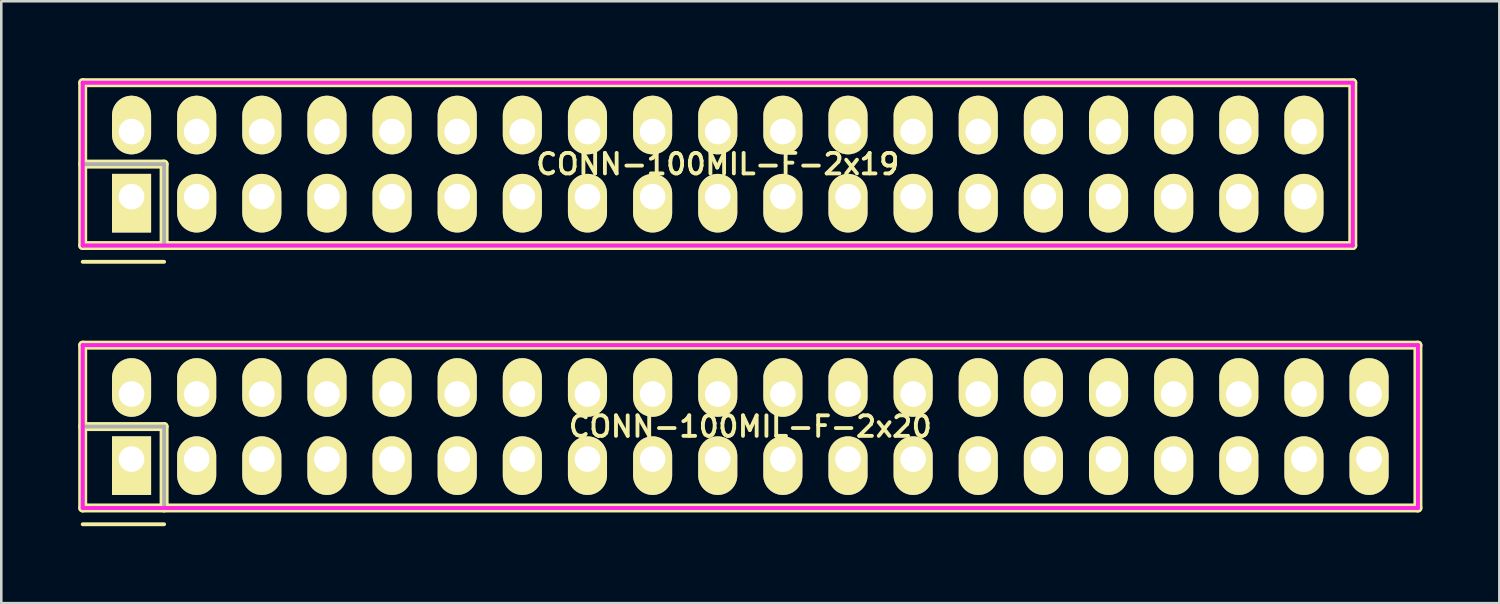
<source format=kicad_pcb>
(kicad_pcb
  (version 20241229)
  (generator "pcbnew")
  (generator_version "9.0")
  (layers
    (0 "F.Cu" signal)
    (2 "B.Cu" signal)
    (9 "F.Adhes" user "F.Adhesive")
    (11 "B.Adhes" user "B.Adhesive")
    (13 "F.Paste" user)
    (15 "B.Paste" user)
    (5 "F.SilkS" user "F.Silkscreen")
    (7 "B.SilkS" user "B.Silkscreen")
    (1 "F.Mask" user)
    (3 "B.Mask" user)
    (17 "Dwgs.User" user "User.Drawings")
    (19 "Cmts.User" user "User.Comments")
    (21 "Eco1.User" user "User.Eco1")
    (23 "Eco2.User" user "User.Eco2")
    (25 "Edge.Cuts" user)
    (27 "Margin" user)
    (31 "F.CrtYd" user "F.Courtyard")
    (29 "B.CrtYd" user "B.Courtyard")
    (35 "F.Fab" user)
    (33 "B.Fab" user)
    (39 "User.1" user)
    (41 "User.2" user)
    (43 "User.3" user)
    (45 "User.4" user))
  (footprint "CONN-100MIL-F-2x19"
    (layer "F.Cu")
    (at 24.94 3.35)
    (property "Reference" "CONN-100MIL-F-2x19" (at 0 0 0) (layer "F.SilkS") (effects (font (size 0.8 0.8) (thickness 0.15))))
    (attr through_hole)
    (fp_line (start -24.765 -3.175) (end 24.765 -3.175) (stroke (width 0.35) (type solid)) (layer "F.SilkS"))
    (fp_line (start -24.765 0) (end -21.59 0) (stroke (width 0.35) (type solid)) (layer "F.SilkS"))
    (fp_line (start -24.765 3.175) (end -24.765 -3.175) (stroke (width 0.35) (type solid)) (layer "F.SilkS"))
    (fp_line (start -24.765 3.81) (end -21.59 3.81) (stroke (width 0.15) (type solid)) (layer "F.SilkS"))
    (fp_line (start -21.59 0) (end -21.59 3.175) (stroke (width 0.35) (type solid)) (layer "F.SilkS"))
    (fp_line (start 24.765 -3.175) (end 24.765 3.175) (stroke (width 0.35) (type solid)) (layer "F.SilkS"))
    (fp_line (start 24.765 3.175) (end -24.765 3.175) (stroke (width 0.35) (type solid)) (layer "F.SilkS"))
    (fp_line (start -24.765 -3.175) (end 24.765 -3.175) (stroke (width 0.15) (type solid)) (layer "F.CrtYd"))
    (fp_line (start -24.765 3.175) (end -24.765 -3.175) (stroke (width 0.15) (type solid)) (layer "F.CrtYd"))
    (fp_line (start 24.765 -3.175) (end 24.765 3.175) (stroke (width 0.15) (type solid)) (layer "F.CrtYd"))
    (fp_line (start 24.765 3.175) (end -24.765 3.175) (stroke (width 0.15) (type solid)) (layer "F.CrtYd"))
    (fp_line (start -24.765 -3.175) (end 24.765 -3.175) (stroke (width 0.15) (type solid)) (layer "F.Fab"))
    (fp_line (start -24.765 0) (end -21.59 0) (stroke (width 0.15) (type solid)) (layer "F.Fab"))
    (fp_line (start -24.765 3.175) (end -24.765 -3.175) (stroke (width 0.15) (type solid)) (layer "F.Fab"))
    (fp_line (start -21.59 0) (end -21.59 3.175) (stroke (width 0.15) (type solid)) (layer "F.Fab"))
    (fp_line (start 24.765 -3.175) (end 24.765 3.175) (stroke (width 0.15) (type solid)) (layer "F.Fab"))
    (fp_line (start 24.765 3.175) (end -24.765 3.175) (stroke (width 0.15) (type solid)) (layer "F.Fab"))
    (pad "1" thru_hole rect (at -22.86 1.27) (size 1.524 2.286) (drill 1 (offset 0 0.254)) (layers "*.Cu" "*.Mask" "F.SilkS"))
    (pad "2" thru_hole oval (at -22.86 -1.27) (size 1.524 2.286) (drill 1 (offset 0 -0.254)) (layers "*.Cu" "*.Mask" "F.SilkS"))
    (pad "3" thru_hole oval (at -20.32 1.27) (size 1.524 2.286) (drill 1 (offset 0 0.254)) (layers "*.Cu" "*.Mask" "F.SilkS"))
    (pad "4" thru_hole oval (at -20.32 -1.27) (size 1.524 2.286) (drill 1 (offset 0 -0.254)) (layers "*.Cu" "*.Mask" "F.SilkS"))
    (pad "5" thru_hole oval (at -17.78 1.27) (size 1.524 2.286) (drill 1 (offset 0 0.254)) (layers "*.Cu" "*.Mask" "F.SilkS"))
    (pad "6" thru_hole oval (at -17.78 -1.27) (size 1.524 2.286) (drill 1 (offset 0 -0.254)) (layers "*.Cu" "*.Mask" "F.SilkS"))
    (pad "7" thru_hole oval (at -15.24 1.27) (size 1.524 2.286) (drill 1 (offset 0 0.254)) (layers "*.Cu" "*.Mask" "F.SilkS"))
    (pad "8" thru_hole oval (at -15.24 -1.27) (size 1.524 2.286) (drill 1 (offset 0 -0.254)) (layers "*.Cu" "*.Mask" "F.SilkS"))
    (pad "9" thru_hole oval (at -12.7 1.27) (size 1.524 2.286) (drill 1 (offset 0 0.254)) (layers "*.Cu" "*.Mask" "F.SilkS"))
    (pad "10" thru_hole oval (at -12.7 -1.27) (size 1.524 2.286) (drill 1 (offset 0 -0.254)) (layers "*.Cu" "*.Mask" "F.SilkS"))
    (pad "11" thru_hole oval (at -10.16 1.27) (size 1.524 2.286) (drill 1 (offset 0 0.254)) (layers "*.Cu" "*.Mask" "F.SilkS"))
    (pad "12" thru_hole oval (at -10.16 -1.27) (size 1.524 2.286) (drill 1 (offset 0 -0.254)) (layers "*.Cu" "*.Mask" "F.SilkS"))
    (pad "13" thru_hole oval (at -7.62 1.27) (size 1.524 2.286) (drill 1 (offset 0 0.254)) (layers "*.Cu" "*.Mask" "F.SilkS"))
    (pad "14" thru_hole oval (at -7.62 -1.27) (size 1.524 2.286) (drill 1 (offset 0 -0.254)) (layers "*.Cu" "*.Mask" "F.SilkS"))
    (pad "15" thru_hole oval (at -5.08 1.27) (size 1.524 2.286) (drill 1 (offset 0 0.254)) (layers "*.Cu" "*.Mask" "F.SilkS"))
    (pad "16" thru_hole oval (at -5.08 -1.27) (size 1.524 2.286) (drill 1 (offset 0 -0.254)) (layers "*.Cu" "*.Mask" "F.SilkS"))
    (pad "17" thru_hole oval (at -2.54 1.27) (size 1.524 2.286) (drill 1 (offset 0 0.254)) (layers "*.Cu" "*.Mask" "F.SilkS"))
    (pad "18" thru_hole oval (at -2.54 -1.27) (size 1.524 2.286) (drill 1 (offset 0 -0.254)) (layers "*.Cu" "*.Mask" "F.SilkS"))
    (pad "19" thru_hole oval (at 0 1.27) (size 1.524 2.286) (drill 1 (offset 0 0.254)) (layers "*.Cu" "*.Mask" "F.SilkS"))
    (pad "20" thru_hole oval (at 0 -1.27) (size 1.524 2.286) (drill 1 (offset 0 -0.254)) (layers "*.Cu" "*.Mask" "F.SilkS"))
    (pad "21" thru_hole oval (at 2.54 1.27) (size 1.524 2.286) (drill 1 (offset 0 0.254)) (layers "*.Cu" "*.Mask" "F.SilkS"))
    (pad "22" thru_hole oval (at 2.54 -1.27) (size 1.524 2.286) (drill 1 (offset 0 -0.254)) (layers "*.Cu" "*.Mask" "F.SilkS"))
    (pad "23" thru_hole oval (at 5.08 1.27) (size 1.524 2.286) (drill 1 (offset 0 0.254)) (layers "*.Cu" "*.Mask" "F.SilkS"))
    (pad "24" thru_hole oval (at 5.08 -1.27) (size 1.524 2.286) (drill 1 (offset 0 -0.254)) (layers "*.Cu" "*.Mask" "F.SilkS"))
    (pad "25" thru_hole oval (at 7.62 1.27) (size 1.524 2.286) (drill 1 (offset 0 0.254)) (layers "*.Cu" "*.Mask" "F.SilkS"))
    (pad "26" thru_hole oval (at 7.62 -1.27) (size 1.524 2.286) (drill 1 (offset 0 -0.254)) (layers "*.Cu" "*.Mask" "F.SilkS"))
    (pad "27" thru_hole oval (at 10.16 1.27) (size 1.524 2.286) (drill 1 (offset 0 0.254)) (layers "*.Cu" "*.Mask" "F.SilkS"))
    (pad "28" thru_hole oval (at 10.16 -1.27) (size 1.524 2.286) (drill 1 (offset 0 -0.254)) (layers "*.Cu" "*.Mask" "F.SilkS"))
    (pad "29" thru_hole oval (at 12.7 1.27) (size 1.524 2.286) (drill 1 (offset 0 0.254)) (layers "*.Cu" "*.Mask" "F.SilkS"))
    (pad "30" thru_hole oval (at 12.7 -1.27) (size 1.524 2.286) (drill 1 (offset 0 -0.254)) (layers "*.Cu" "*.Mask" "F.SilkS"))
    (pad "31" thru_hole oval (at 15.24 1.27) (size 1.524 2.286) (drill 1 (offset 0 0.254)) (layers "*.Cu" "*.Mask" "F.SilkS"))
    (pad "32" thru_hole oval (at 15.24 -1.27) (size 1.524 2.286) (drill 1 (offset 0 -0.254)) (layers "*.Cu" "*.Mask" "F.SilkS"))
    (pad "33" thru_hole oval (at 17.78 1.27) (size 1.524 2.286) (drill 1 (offset 0 0.254)) (layers "*.Cu" "*.Mask" "F.SilkS"))
    (pad "34" thru_hole oval (at 17.78 -1.27) (size 1.524 2.286) (drill 1 (offset 0 -0.254)) (layers "*.Cu" "*.Mask" "F.SilkS"))
    (pad "35" thru_hole oval (at 20.32 1.27) (size 1.524 2.286) (drill 1 (offset 0 0.254)) (layers "*.Cu" "*.Mask" "F.SilkS"))
    (pad "36" thru_hole oval (at 20.32 -1.27) (size 1.524 2.286) (drill 1 (offset 0 -0.254)) (layers "*.Cu" "*.Mask" "F.SilkS"))
    (pad "37" thru_hole oval (at 22.86 1.27) (size 1.524 2.286) (drill 1 (offset 0 0.254)) (layers "*.Cu" "*.Mask" "F.SilkS"))
    (pad "38" thru_hole oval (at 22.86 -1.27) (size 1.524 2.286) (drill 1 (offset 0 -0.254)) (layers "*.Cu" "*.Mask" "F.SilkS")))
  (footprint "CONN-100MIL-F-2x20"
    (layer "F.Cu")
    (at 26.21 13.585)
    (property "Reference" "CONN-100MIL-F-2x20" (at 0 0 0) (layer "F.SilkS") (effects (font (size 0.8 0.8) (thickness 0.15))))
    (attr through_hole)
    (fp_line (start -26.035 -3.175) (end 26.035 -3.175) (stroke (width 0.35) (type solid)) (layer "F.SilkS"))
    (fp_line (start -26.035 0) (end -22.86 0) (stroke (width 0.35) (type solid)) (layer "F.SilkS"))
    (fp_line (start -26.035 3.175) (end -26.035 -3.175) (stroke (width 0.35) (type solid)) (layer "F.SilkS"))
    (fp_line (start -26.035 3.81) (end -22.86 3.81) (stroke (width 0.15) (type solid)) (layer "F.SilkS"))
    (fp_line (start -22.86 0) (end -22.86 3.175) (stroke (width 0.35) (type solid)) (layer "F.SilkS"))
    (fp_line (start 26.035 -3.175) (end 26.035 3.175) (stroke (width 0.35) (type solid)) (layer "F.SilkS"))
    (fp_line (start 26.035 3.175) (end -26.035 3.175) (stroke (width 0.35) (type solid)) (layer "F.SilkS"))
    (fp_line (start -26.035 -3.175) (end 26.035 -3.175) (stroke (width 0.15) (type solid)) (layer "F.CrtYd"))
    (fp_line (start -26.035 3.175) (end -26.035 -3.175) (stroke (width 0.15) (type solid)) (layer "F.CrtYd"))
    (fp_line (start 26.035 -3.175) (end 26.035 3.175) (stroke (width 0.15) (type solid)) (layer "F.CrtYd"))
    (fp_line (start 26.035 3.175) (end -26.035 3.175) (stroke (width 0.15) (type solid)) (layer "F.CrtYd"))
    (fp_line (start -26.035 -3.175) (end 26.035 -3.175) (stroke (width 0.15) (type solid)) (layer "F.Fab"))
    (fp_line (start -26.035 0) (end -22.86 0) (stroke (width 0.15) (type solid)) (layer "F.Fab"))
    (fp_line (start -26.035 3.175) (end -26.035 -3.175) (stroke (width 0.15) (type solid)) (layer "F.Fab"))
    (fp_line (start -22.86 0) (end -22.86 3.175) (stroke (width 0.15) (type solid)) (layer "F.Fab"))
    (fp_line (start 26.035 -3.175) (end 26.035 3.175) (stroke (width 0.15) (type solid)) (layer "F.Fab"))
    (fp_line (start 26.035 3.175) (end -26.035 3.175) (stroke (width 0.15) (type solid)) (layer "F.Fab"))
    (pad "1" thru_hole rect (at -24.13 1.27) (size 1.524 2.286) (drill 1 (offset 0 0.254)) (layers "*.Cu" "*.Mask" "F.SilkS"))
    (pad "2" thru_hole oval (at -24.13 -1.27) (size 1.524 2.286) (drill 1 (offset 0 -0.254)) (layers "*.Cu" "*.Mask" "F.SilkS"))
    (pad "3" thru_hole oval (at -21.59 1.27) (size 1.524 2.286) (drill 1 (offset 0 0.254)) (layers "*.Cu" "*.Mask" "F.SilkS"))
    (pad "4" thru_hole oval (at -21.59 -1.27) (size 1.524 2.286) (drill 1 (offset 0 -0.254)) (layers "*.Cu" "*.Mask" "F.SilkS"))
    (pad "5" thru_hole oval (at -19.05 1.27) (size 1.524 2.286) (drill 1 (offset 0 0.254)) (layers "*.Cu" "*.Mask" "F.SilkS"))
    (pad "6" thru_hole oval (at -19.05 -1.27) (size 1.524 2.286) (drill 1 (offset 0 -0.254)) (layers "*.Cu" "*.Mask" "F.SilkS"))
    (pad "7" thru_hole oval (at -16.51 1.27) (size 1.524 2.286) (drill 1 (offset 0 0.254)) (layers "*.Cu" "*.Mask" "F.SilkS"))
    (pad "8" thru_hole oval (at -16.51 -1.27) (size 1.524 2.286) (drill 1 (offset 0 -0.254)) (layers "*.Cu" "*.Mask" "F.SilkS"))
    (pad "9" thru_hole oval (at -13.97 1.27) (size 1.524 2.286) (drill 1 (offset 0 0.254)) (layers "*.Cu" "*.Mask" "F.SilkS"))
    (pad "10" thru_hole oval (at -13.97 -1.27) (size 1.524 2.286) (drill 1 (offset 0 -0.254)) (layers "*.Cu" "*.Mask" "F.SilkS"))
    (pad "11" thru_hole oval (at -11.43 1.27) (size 1.524 2.286) (drill 1 (offset 0 0.254)) (layers "*.Cu" "*.Mask" "F.SilkS"))
    (pad "12" thru_hole oval (at -11.43 -1.27) (size 1.524 2.286) (drill 1 (offset 0 -0.254)) (layers "*.Cu" "*.Mask" "F.SilkS"))
    (pad "13" thru_hole oval (at -8.89 1.27) (size 1.524 2.286) (drill 1 (offset 0 0.254)) (layers "*.Cu" "*.Mask" "F.SilkS"))
    (pad "14" thru_hole oval (at -8.89 -1.27) (size 1.524 2.286) (drill 1 (offset 0 -0.254)) (layers "*.Cu" "*.Mask" "F.SilkS"))
    (pad "15" thru_hole oval (at -6.35 1.27) (size 1.524 2.286) (drill 1 (offset 0 0.254)) (layers "*.Cu" "*.Mask" "F.SilkS"))
    (pad "16" thru_hole oval (at -6.35 -1.27) (size 1.524 2.286) (drill 1 (offset 0 -0.254)) (layers "*.Cu" "*.Mask" "F.SilkS"))
    (pad "17" thru_hole oval (at -3.81 1.27) (size 1.524 2.286) (drill 1 (offset 0 0.254)) (layers "*.Cu" "*.Mask" "F.SilkS"))
    (pad "18" thru_hole oval (at -3.81 -1.27) (size 1.524 2.286) (drill 1 (offset 0 -0.254)) (layers "*.Cu" "*.Mask" "F.SilkS"))
    (pad "19" thru_hole oval (at -1.27 1.27) (size 1.524 2.286) (drill 1 (offset 0 0.254)) (layers "*.Cu" "*.Mask" "F.SilkS"))
    (pad "20" thru_hole oval (at -1.27 -1.27) (size 1.524 2.286) (drill 1 (offset 0 -0.254)) (layers "*.Cu" "*.Mask" "F.SilkS"))
    (pad "21" thru_hole oval (at 1.27 1.27) (size 1.524 2.286) (drill 1 (offset 0 0.254)) (layers "*.Cu" "*.Mask" "F.SilkS"))
    (pad "22" thru_hole oval (at 1.27 -1.27) (size 1.524 2.286) (drill 1 (offset 0 -0.254)) (layers "*.Cu" "*.Mask" "F.SilkS"))
    (pad "23" thru_hole oval (at 3.81 1.27) (size 1.524 2.286) (drill 1 (offset 0 0.254)) (layers "*.Cu" "*.Mask" "F.SilkS"))
    (pad "24" thru_hole oval (at 3.81 -1.27) (size 1.524 2.286) (drill 1 (offset 0 -0.254)) (layers "*.Cu" "*.Mask" "F.SilkS"))
    (pad "25" thru_hole oval (at 6.35 1.27) (size 1.524 2.286) (drill 1 (offset 0 0.254)) (layers "*.Cu" "*.Mask" "F.SilkS"))
    (pad "26" thru_hole oval (at 6.35 -1.27) (size 1.524 2.286) (drill 1 (offset 0 -0.254)) (layers "*.Cu" "*.Mask" "F.SilkS"))
    (pad "27" thru_hole oval (at 8.89 1.27) (size 1.524 2.286) (drill 1 (offset 0 0.254)) (layers "*.Cu" "*.Mask" "F.SilkS"))
    (pad "28" thru_hole oval (at 8.89 -1.27) (size 1.524 2.286) (drill 1 (offset 0 -0.254)) (layers "*.Cu" "*.Mask" "F.SilkS"))
    (pad "29" thru_hole oval (at 11.43 1.27) (size 1.524 2.286) (drill 1 (offset 0 0.254)) (layers "*.Cu" "*.Mask" "F.SilkS"))
    (pad "30" thru_hole oval (at 11.43 -1.27) (size 1.524 2.286) (drill 1 (offset 0 -0.254)) (layers "*.Cu" "*.Mask" "F.SilkS"))
    (pad "31" thru_hole oval (at 13.97 1.27) (size 1.524 2.286) (drill 1 (offset 0 0.254)) (layers "*.Cu" "*.Mask" "F.SilkS"))
    (pad "32" thru_hole oval (at 13.97 -1.27) (size 1.524 2.286) (drill 1 (offset 0 -0.254)) (layers "*.Cu" "*.Mask" "F.SilkS"))
    (pad "33" thru_hole oval (at 16.51 1.27) (size 1.524 2.286) (drill 1 (offset 0 0.254)) (layers "*.Cu" "*.Mask" "F.SilkS"))
    (pad "34" thru_hole oval (at 16.51 -1.27) (size 1.524 2.286) (drill 1 (offset 0 -0.254)) (layers "*.Cu" "*.Mask" "F.SilkS"))
    (pad "35" thru_hole oval (at 19.05 1.27) (size 1.524 2.286) (drill 1 (offset 0 0.254)) (layers "*.Cu" "*.Mask" "F.SilkS"))
    (pad "36" thru_hole oval (at 19.05 -1.27) (size 1.524 2.286) (drill 1 (offset 0 -0.254)) (layers "*.Cu" "*.Mask" "F.SilkS"))
    (pad "37" thru_hole oval (at 21.59 1.27) (size 1.524 2.286) (drill 1 (offset 0 0.254)) (layers "*.Cu" "*.Mask" "F.SilkS"))
    (pad "38" thru_hole oval (at 21.59 -1.27) (size 1.524 2.286) (drill 1 (offset 0 -0.254)) (layers "*.Cu" "*.Mask" "F.SilkS"))
    (pad "39" thru_hole oval (at 24.13 1.27) (size 1.524 2.286) (drill 1 (offset 0 0.254)) (layers "*.Cu" "*.Mask" "F.SilkS"))
    (pad "40" thru_hole oval (at 24.13 -1.27) (size 1.524 2.286) (drill 1 (offset 0 -0.254)) (layers "*.Cu" "*.Mask" "F.SilkS")))
  (gr_rect
    (start -3 -3)
    (end 55.42 20.47)
    (stroke (width 0.1) (type default))
    (fill no)
    (layer "Edge.Cuts")))
</source>
